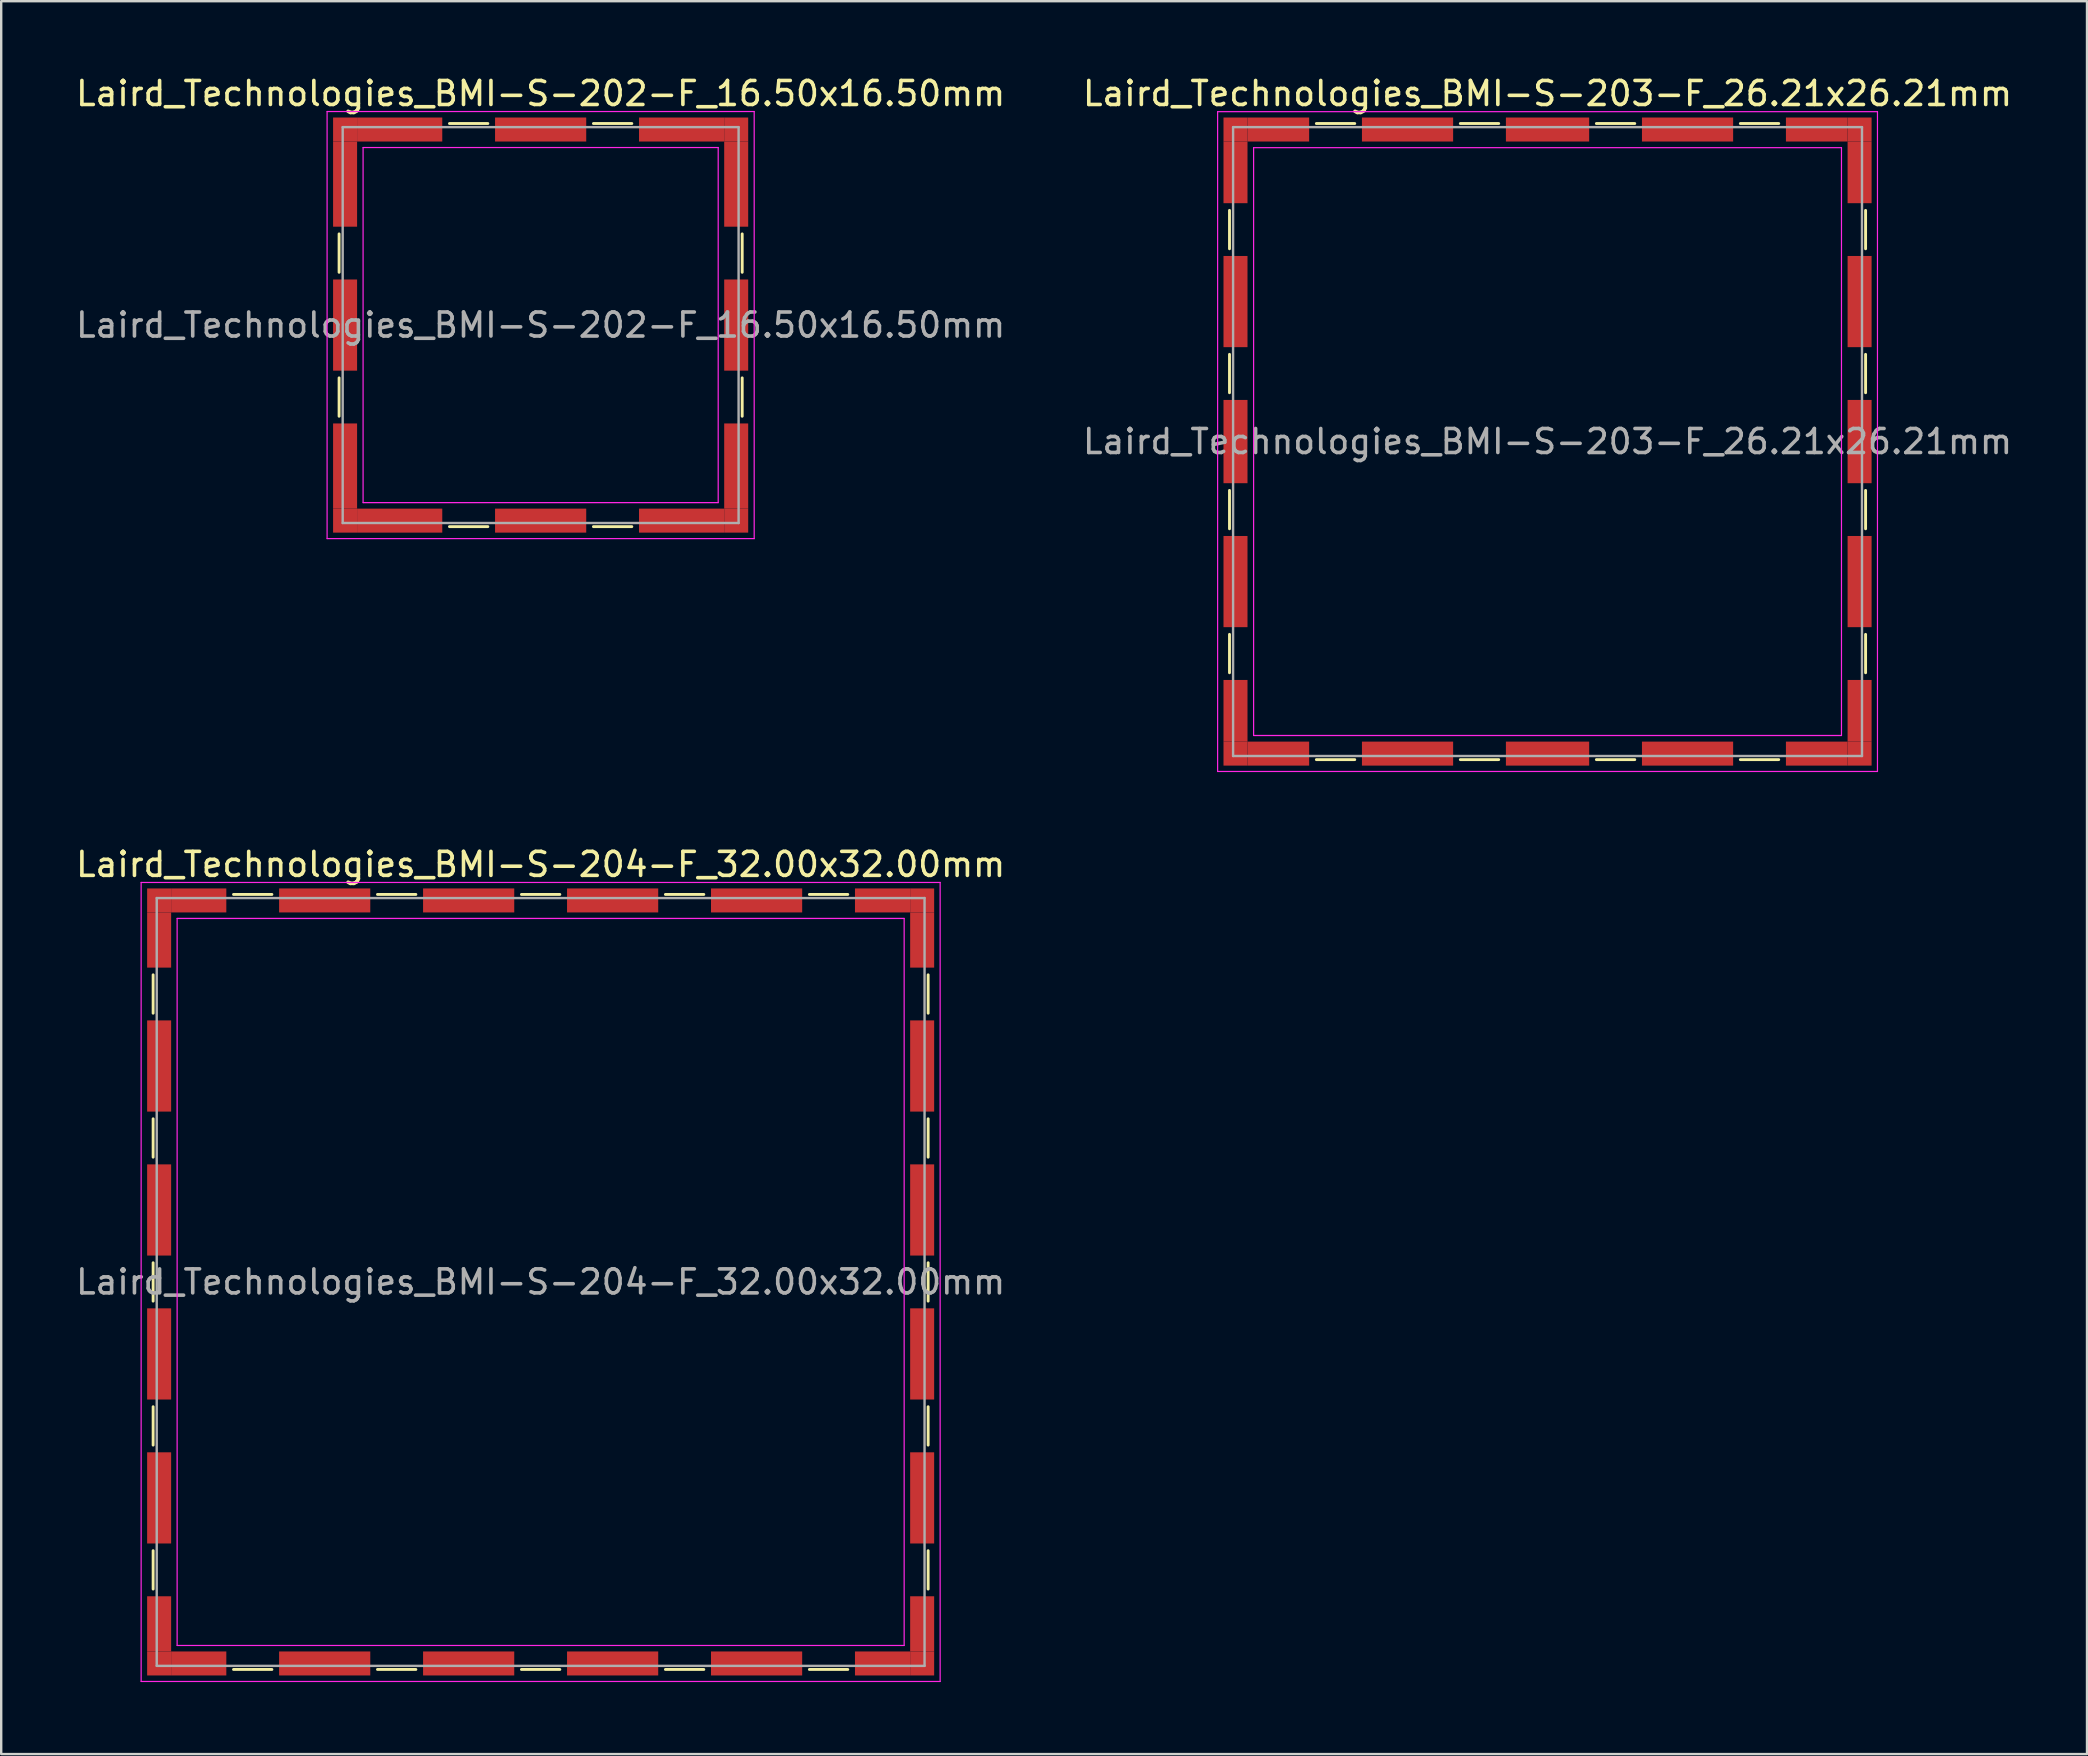
<source format=kicad_pcb>
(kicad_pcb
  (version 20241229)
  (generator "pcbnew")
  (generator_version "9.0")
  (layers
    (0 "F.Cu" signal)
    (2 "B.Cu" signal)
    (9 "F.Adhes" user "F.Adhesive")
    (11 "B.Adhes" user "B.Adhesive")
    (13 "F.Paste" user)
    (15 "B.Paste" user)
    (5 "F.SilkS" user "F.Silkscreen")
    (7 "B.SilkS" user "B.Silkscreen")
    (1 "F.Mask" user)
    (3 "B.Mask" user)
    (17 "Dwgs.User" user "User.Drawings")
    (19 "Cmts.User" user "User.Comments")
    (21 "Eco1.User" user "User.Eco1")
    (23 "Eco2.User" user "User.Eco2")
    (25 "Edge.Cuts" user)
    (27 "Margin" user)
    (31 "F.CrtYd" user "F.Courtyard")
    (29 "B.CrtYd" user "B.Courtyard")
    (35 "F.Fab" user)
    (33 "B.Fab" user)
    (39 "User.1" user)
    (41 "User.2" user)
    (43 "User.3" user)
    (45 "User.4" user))
  (footprint "Laird_Technologies_BMI-S-202-F_16.50x16.50mm"
    (layer "F.Cu")
    (at 19.482 10.498)
    (property "Reference" "Laird_Technologies_BMI-S-202-F_16.50x16.50mm" (at 0 -9.65 0) (layer "F.SilkS") (effects (font (size 1 1) (thickness 0.15))))
    (attr smd)
    (fp_line (start -8.4 -3.8) (end -8.4 -2.2) (stroke (width 0.12) (type solid)) (layer "F.SilkS"))
    (fp_line (start -8.4 2.2) (end -8.4 3.8) (stroke (width 0.12) (type solid)) (layer "F.SilkS"))
    (fp_line (start -3.8 -8.4) (end -2.2 -8.4) (stroke (width 0.12) (type solid)) (layer "F.SilkS"))
    (fp_line (start -3.8 8.4) (end -2.2 8.4) (stroke (width 0.12) (type solid)) (layer "F.SilkS"))
    (fp_line (start 2.2 -8.4) (end 3.8 -8.4) (stroke (width 0.12) (type solid)) (layer "F.SilkS"))
    (fp_line (start 2.2 8.4) (end 3.8 8.4) (stroke (width 0.12) (type solid)) (layer "F.SilkS"))
    (fp_line (start 8.4 -3.8) (end 8.4 -2.2) (stroke (width 0.12) (type solid)) (layer "F.SilkS"))
    (fp_line (start 8.4 2.2) (end 8.4 3.8) (stroke (width 0.12) (type solid)) (layer "F.SilkS"))
    (fp_line (start -8.9 -8.9) (end -8.9 8.9) (stroke (width 0.05) (type solid)) (layer "F.CrtYd"))
    (fp_line (start -8.9 8.9) (end 8.9 8.9) (stroke (width 0.05) (type solid)) (layer "F.CrtYd"))
    (fp_line (start -7.4 -7.4) (end -7.4 7.4) (stroke (width 0.05) (type solid)) (layer "F.CrtYd"))
    (fp_line (start 7.4 -7.4) (end -7.4 -7.4) (stroke (width 0.05) (type solid)) (layer "F.CrtYd"))
    (fp_line (start 7.4 -7.4) (end 7.4 7.4) (stroke (width 0.05) (type solid)) (layer "F.CrtYd"))
    (fp_line (start 7.4 7.4) (end -7.4 7.4) (stroke (width 0.05) (type solid)) (layer "F.CrtYd"))
    (fp_line (start 8.9 -8.9) (end -8.9 -8.9) (stroke (width 0.05) (type solid)) (layer "F.CrtYd"))
    (fp_line (start 8.9 8.9) (end 8.9 -8.9) (stroke (width 0.05) (type solid)) (layer "F.CrtYd"))
    (fp_line (start -8.25 -8.25) (end -8.25 8.25) (stroke (width 0.1) (type solid)) (layer "F.Fab"))
    (fp_line (start -8.25 8.25) (end 8.25 8.25) (stroke (width 0.1) (type solid)) (layer "F.Fab"))
    (fp_line (start 8.25 -8.25) (end -8.25 -8.25) (stroke (width 0.1) (type solid)) (layer "F.Fab"))
    (fp_line (start 8.25 8.25) (end 8.25 -8.25) (stroke (width 0.1) (type solid)) (layer "F.Fab"))
    (fp_text user "${REFERENCE}" (at 0 0 0) (layer "F.Fab") (effects (font (size 1 1) (thickness 0.15))))
    (pad "1" smd rect (at -8.15 -8.15) (size 1 1) (layers "F.Cu" "F.Mask" "F.Paste"))
    (pad "1" smd rect (at -8.15 -5.875) (size 1 3.55) (layers "F.Cu" "F.Mask" "F.Paste"))
    (pad "1" smd rect (at -8.15 0) (size 1 3.8) (layers "F.Cu" "F.Mask" "F.Paste"))
    (pad "1" smd rect (at -8.15 5.875) (size 1 3.55) (layers "F.Cu" "F.Mask" "F.Paste"))
    (pad "1" smd rect (at -8.15 8.15) (size 1 1) (layers "F.Cu" "F.Mask" "F.Paste"))
    (pad "1" smd rect (at -5.875 -8.15) (size 3.55 1) (layers "F.Cu" "F.Mask" "F.Paste"))
    (pad "1" smd rect (at -5.875 8.15) (size 3.55 1) (layers "F.Cu" "F.Mask" "F.Paste"))
    (pad "1" smd rect (at 0 -8.15) (size 3.8 1) (layers "F.Cu" "F.Mask" "F.Paste"))
    (pad "1" smd rect (at 0 8.15) (size 3.8 1) (layers "F.Cu" "F.Mask" "F.Paste"))
    (pad "1" smd rect (at 5.875 -8.15) (size 3.55 1) (layers "F.Cu" "F.Mask" "F.Paste"))
    (pad "1" smd rect (at 5.875 8.15) (size 3.55 1) (layers "F.Cu" "F.Mask" "F.Paste"))
    (pad "1" smd rect (at 8.15 -8.15) (size 1 1) (layers "F.Cu" "F.Mask" "F.Paste"))
    (pad "1" smd rect (at 8.15 -5.875) (size 1 3.55) (layers "F.Cu" "F.Mask" "F.Paste"))
    (pad "1" smd rect (at 8.15 0) (size 1 3.8) (layers "F.Cu" "F.Mask" "F.Paste"))
    (pad "1" smd rect (at 8.15 5.875) (size 1 3.55) (layers "F.Cu" "F.Mask" "F.Paste"))
    (pad "1" smd rect (at 8.15 8.15) (size 1 1) (layers "F.Cu" "F.Mask" "F.Paste")))
  (footprint "Laird_Technologies_BMI-S-203-F_26.21x26.21mm"
    (layer "F.Cu")
    (at 61.446 15.353)
    (property "Reference" "Laird_Technologies_BMI-S-203-F_26.21x26.21mm" (at 0 -14.505 0) (layer "F.SilkS") (effects (font (size 1 1) (thickness 0.15))))
    (attr smd)
    (fp_line (start -13.255 -9.635) (end -13.255 -8.035) (stroke (width 0.12) (type solid)) (layer "F.SilkS"))
    (fp_line (start -13.255 -3.635) (end -13.255 -2.035) (stroke (width 0.12) (type solid)) (layer "F.SilkS"))
    (fp_line (start -13.255 2.035) (end -13.255 3.635) (stroke (width 0.12) (type solid)) (layer "F.SilkS"))
    (fp_line (start -13.255 8.035) (end -13.255 9.635) (stroke (width 0.12) (type solid)) (layer "F.SilkS"))
    (fp_line (start -9.635 -13.255) (end -8.035 -13.255) (stroke (width 0.12) (type solid)) (layer "F.SilkS"))
    (fp_line (start -9.635 13.255) (end -8.035 13.255) (stroke (width 0.12) (type solid)) (layer "F.SilkS"))
    (fp_line (start -3.635 -13.255) (end -2.035 -13.255) (stroke (width 0.12) (type solid)) (layer "F.SilkS"))
    (fp_line (start -3.635 13.255) (end -2.035 13.255) (stroke (width 0.12) (type solid)) (layer "F.SilkS"))
    (fp_line (start 2.035 -13.255) (end 3.635 -13.255) (stroke (width 0.12) (type solid)) (layer "F.SilkS"))
    (fp_line (start 2.035 13.255) (end 3.635 13.255) (stroke (width 0.12) (type solid)) (layer "F.SilkS"))
    (fp_line (start 8.035 -13.255) (end 9.635 -13.255) (stroke (width 0.12) (type solid)) (layer "F.SilkS"))
    (fp_line (start 8.035 13.255) (end 9.635 13.255) (stroke (width 0.12) (type solid)) (layer "F.SilkS"))
    (fp_line (start 13.255 -9.635) (end 13.255 -8.035) (stroke (width 0.12) (type solid)) (layer "F.SilkS"))
    (fp_line (start 13.255 -3.635) (end 13.255 -2.035) (stroke (width 0.12) (type solid)) (layer "F.SilkS"))
    (fp_line (start 13.255 2.035) (end 13.255 3.635) (stroke (width 0.12) (type solid)) (layer "F.SilkS"))
    (fp_line (start 13.255 8.035) (end 13.255 9.635) (stroke (width 0.12) (type solid)) (layer "F.SilkS"))
    (fp_line (start -13.75 -13.75) (end -13.75 13.75) (stroke (width 0.05) (type solid)) (layer "F.CrtYd"))
    (fp_line (start -13.75 13.75) (end 13.75 13.75) (stroke (width 0.05) (type solid)) (layer "F.CrtYd"))
    (fp_line (start -12.25 -12.25) (end -12.25 12.25) (stroke (width 0.05) (type solid)) (layer "F.CrtYd"))
    (fp_line (start 12.25 -12.25) (end -12.25 -12.25) (stroke (width 0.05) (type solid)) (layer "F.CrtYd"))
    (fp_line (start 12.25 -12.25) (end 12.25 12.25) (stroke (width 0.05) (type solid)) (layer "F.CrtYd"))
    (fp_line (start 12.25 12.25) (end -12.25 12.25) (stroke (width 0.05) (type solid)) (layer "F.CrtYd"))
    (fp_line (start 13.75 -13.75) (end -13.75 -13.75) (stroke (width 0.05) (type solid)) (layer "F.CrtYd"))
    (fp_line (start 13.75 13.75) (end 13.75 -13.75) (stroke (width 0.05) (type solid)) (layer "F.CrtYd"))
    (fp_line (start -13.105 -13.105) (end -13.105 13.105) (stroke (width 0.1) (type solid)) (layer "F.Fab"))
    (fp_line (start -13.105 13.105) (end 13.105 13.105) (stroke (width 0.1) (type solid)) (layer "F.Fab"))
    (fp_line (start 13.105 -13.105) (end -13.105 -13.105) (stroke (width 0.1) (type solid)) (layer "F.Fab"))
    (fp_line (start 13.105 13.105) (end 13.105 -13.105) (stroke (width 0.1) (type solid)) (layer "F.Fab"))
    (fp_text user "${REFERENCE}" (at 0 0 0) (layer "F.Fab") (effects (font (size 1 1) (thickness 0.15))))
    (pad "1" smd rect (at -13.005 -13.005) (size 1 1) (layers "F.Cu" "F.Mask" "F.Paste"))
    (pad "1" smd rect (at -13.005 -11.22) (size 1 2.57) (layers "F.Cu" "F.Mask" "F.Paste"))
    (pad "1" smd rect (at -13.005 -5.835) (size 1 3.8) (layers "F.Cu" "F.Mask" "F.Paste"))
    (pad "1" smd rect (at -13.005 0) (size 1 3.47) (layers "F.Cu" "F.Mask" "F.Paste"))
    (pad "1" smd rect (at -13.005 5.835) (size 1 3.8) (layers "F.Cu" "F.Mask" "F.Paste"))
    (pad "1" smd rect (at -13.005 11.22) (size 1 2.57) (layers "F.Cu" "F.Mask" "F.Paste"))
    (pad "1" smd rect (at -13.005 13.005) (size 1 1) (layers "F.Cu" "F.Mask" "F.Paste"))
    (pad "1" smd rect (at -11.22 -13.005) (size 2.57 1) (layers "F.Cu" "F.Mask" "F.Paste"))
    (pad "1" smd rect (at -11.22 13.005) (size 2.57 1) (layers "F.Cu" "F.Mask" "F.Paste"))
    (pad "1" smd rect (at -5.835 -13.005) (size 3.8 1) (layers "F.Cu" "F.Mask" "F.Paste"))
    (pad "1" smd rect (at -5.835 13.005) (size 3.8 1) (layers "F.Cu" "F.Mask" "F.Paste"))
    (pad "1" smd rect (at 0 -13.005) (size 3.47 1) (layers "F.Cu" "F.Mask" "F.Paste"))
    (pad "1" smd rect (at 0 13.005) (size 3.47 1) (layers "F.Cu" "F.Mask" "F.Paste"))
    (pad "1" smd rect (at 5.835 -13.005) (size 3.8 1) (layers "F.Cu" "F.Mask" "F.Paste"))
    (pad "1" smd rect (at 5.835 13.005) (size 3.8 1) (layers "F.Cu" "F.Mask" "F.Paste"))
    (pad "1" smd rect (at 11.22 -13.005) (size 2.57 1) (layers "F.Cu" "F.Mask" "F.Paste"))
    (pad "1" smd rect (at 11.22 13.005) (size 2.57 1) (layers "F.Cu" "F.Mask" "F.Paste"))
    (pad "1" smd rect (at 13.005 -13.005) (size 1 1) (layers "F.Cu" "F.Mask" "F.Paste"))
    (pad "1" smd rect (at 13.005 -11.22) (size 1 2.57) (layers "F.Cu" "F.Mask" "F.Paste"))
    (pad "1" smd rect (at 13.005 -5.835) (size 1 3.8) (layers "F.Cu" "F.Mask" "F.Paste"))
    (pad "1" smd rect (at 13.005 0) (size 1 3.47) (layers "F.Cu" "F.Mask" "F.Paste"))
    (pad "1" smd rect (at 13.005 5.835) (size 1 3.8) (layers "F.Cu" "F.Mask" "F.Paste"))
    (pad "1" smd rect (at 13.005 11.22) (size 1 2.57) (layers "F.Cu" "F.Mask" "F.Paste"))
    (pad "1" smd rect (at 13.005 13.005) (size 1 1) (layers "F.Cu" "F.Mask" "F.Paste")))
  (footprint "Laird_Technologies_BMI-S-204-F_32.00x32.00mm"
    (layer "F.Cu")
    (at 19.482 50.377)
    (property "Reference" "Laird_Technologies_BMI-S-204-F_32.00x32.00mm" (at 0 -17.4 0) (layer "F.SilkS") (effects (font (size 1 1) (thickness 0.15))))
    (attr smd)
    (fp_line (start -16.15 -12.8) (end -16.15 -11.2) (stroke (width 0.12) (type solid)) (layer "F.SilkS"))
    (fp_line (start -16.15 -6.8) (end -16.15 -5.2) (stroke (width 0.12) (type solid)) (layer "F.SilkS"))
    (fp_line (start -16.15 -0.8) (end -16.15 0.8) (stroke (width 0.12) (type solid)) (layer "F.SilkS"))
    (fp_line (start -16.15 5.2) (end -16.15 6.8) (stroke (width 0.12) (type solid)) (layer "F.SilkS"))
    (fp_line (start -16.15 11.2) (end -16.15 12.8) (stroke (width 0.12) (type solid)) (layer "F.SilkS"))
    (fp_line (start -12.8 -16.15) (end -11.2 -16.15) (stroke (width 0.12) (type solid)) (layer "F.SilkS"))
    (fp_line (start -12.8 16.15) (end -11.2 16.15) (stroke (width 0.12) (type solid)) (layer "F.SilkS"))
    (fp_line (start -6.8 -16.15) (end -5.2 -16.15) (stroke (width 0.12) (type solid)) (layer "F.SilkS"))
    (fp_line (start -6.8 16.15) (end -5.2 16.15) (stroke (width 0.12) (type solid)) (layer "F.SilkS"))
    (fp_line (start -0.8 -16.15) (end 0.8 -16.15) (stroke (width 0.12) (type solid)) (layer "F.SilkS"))
    (fp_line (start -0.8 16.15) (end 0.8 16.15) (stroke (width 0.12) (type solid)) (layer "F.SilkS"))
    (fp_line (start 5.2 -16.15) (end 6.8 -16.15) (stroke (width 0.12) (type solid)) (layer "F.SilkS"))
    (fp_line (start 5.2 16.15) (end 6.8 16.15) (stroke (width 0.12) (type solid)) (layer "F.SilkS"))
    (fp_line (start 11.2 -16.15) (end 12.8 -16.15) (stroke (width 0.12) (type solid)) (layer "F.SilkS"))
    (fp_line (start 11.2 16.15) (end 12.8 16.15) (stroke (width 0.12) (type solid)) (layer "F.SilkS"))
    (fp_line (start 16.15 -12.8) (end 16.15 -11.2) (stroke (width 0.12) (type solid)) (layer "F.SilkS"))
    (fp_line (start 16.15 -6.8) (end 16.15 -5.2) (stroke (width 0.12) (type solid)) (layer "F.SilkS"))
    (fp_line (start 16.15 -0.8) (end 16.15 0.8) (stroke (width 0.12) (type solid)) (layer "F.SilkS"))
    (fp_line (start 16.15 5.2) (end 16.15 6.8) (stroke (width 0.12) (type solid)) (layer "F.SilkS"))
    (fp_line (start 16.15 11.2) (end 16.15 12.8) (stroke (width 0.12) (type solid)) (layer "F.SilkS"))
    (fp_line (start -16.65 -16.65) (end -16.65 16.65) (stroke (width 0.05) (type solid)) (layer "F.CrtYd"))
    (fp_line (start -16.65 16.65) (end 16.65 16.65) (stroke (width 0.05) (type solid)) (layer "F.CrtYd"))
    (fp_line (start -15.15 -15.15) (end -15.15 15.15) (stroke (width 0.05) (type solid)) (layer "F.CrtYd"))
    (fp_line (start 15.15 -15.15) (end -15.15 -15.15) (stroke (width 0.05) (type solid)) (layer "F.CrtYd"))
    (fp_line (start 15.15 -15.15) (end 15.15 15.15) (stroke (width 0.05) (type solid)) (layer "F.CrtYd"))
    (fp_line (start 15.15 15.15) (end -15.15 15.15) (stroke (width 0.05) (type solid)) (layer "F.CrtYd"))
    (fp_line (start 16.65 -16.65) (end -16.65 -16.65) (stroke (width 0.05) (type solid)) (layer "F.CrtYd"))
    (fp_line (start 16.65 16.65) (end 16.65 -16.65) (stroke (width 0.05) (type solid)) (layer "F.CrtYd"))
    (fp_line (start -16 -16) (end -16 16) (stroke (width 0.1) (type solid)) (layer "F.Fab"))
    (fp_line (start -16 16) (end 16 16) (stroke (width 0.1) (type solid)) (layer "F.Fab"))
    (fp_line (start 16 -16) (end -16 -16) (stroke (width 0.1) (type solid)) (layer "F.Fab"))
    (fp_line (start 16 16) (end 16 -16) (stroke (width 0.1) (type solid)) (layer "F.Fab"))
    (fp_text user "${REFERENCE}" (at 0 0 0) (layer "F.Fab") (effects (font (size 1 1) (thickness 0.15))))
    (pad "1" smd rect (at -15.9 -15.9) (size 1 1) (layers "F.Cu" "F.Mask" "F.Paste"))
    (pad "1" smd rect (at -15.9 -14.25) (size 1 2.3) (layers "F.Cu" "F.Mask" "F.Paste"))
    (pad "1" smd rect (at -15.9 -9) (size 1 3.8) (layers "F.Cu" "F.Mask" "F.Paste"))
    (pad "1" smd rect (at -15.9 -3) (size 1 3.8) (layers "F.Cu" "F.Mask" "F.Paste"))
    (pad "1" smd rect (at -15.9 3) (size 1 3.8) (layers "F.Cu" "F.Mask" "F.Paste"))
    (pad "1" smd rect (at -15.9 9) (size 1 3.8) (layers "F.Cu" "F.Mask" "F.Paste"))
    (pad "1" smd rect (at -15.9 14.25) (size 1 2.3) (layers "F.Cu" "F.Mask" "F.Paste"))
    (pad "1" smd rect (at -15.9 15.9) (size 1 1) (layers "F.Cu" "F.Mask" "F.Paste"))
    (pad "1" smd rect (at -14.25 -15.9) (size 2.3 1) (layers "F.Cu" "F.Mask" "F.Paste"))
    (pad "1" smd rect (at -14.25 15.9) (size 2.3 1) (layers "F.Cu" "F.Mask" "F.Paste"))
    (pad "1" smd rect (at -9 -15.9) (size 3.8 1) (layers "F.Cu" "F.Mask" "F.Paste"))
    (pad "1" smd rect (at -9 15.9) (size 3.8 1) (layers "F.Cu" "F.Mask" "F.Paste"))
    (pad "1" smd rect (at -3 -15.9) (size 3.8 1) (layers "F.Cu" "F.Mask" "F.Paste"))
    (pad "1" smd rect (at -3 15.9) (size 3.8 1) (layers "F.Cu" "F.Mask" "F.Paste"))
    (pad "1" smd rect (at 3 -15.9) (size 3.8 1) (layers "F.Cu" "F.Mask" "F.Paste"))
    (pad "1" smd rect (at 3 15.9) (size 3.8 1) (layers "F.Cu" "F.Mask" "F.Paste"))
    (pad "1" smd rect (at 9 -15.9) (size 3.8 1) (layers "F.Cu" "F.Mask" "F.Paste"))
    (pad "1" smd rect (at 9 15.9) (size 3.8 1) (layers "F.Cu" "F.Mask" "F.Paste"))
    (pad "1" smd rect (at 14.25 -15.9) (size 2.3 1) (layers "F.Cu" "F.Mask" "F.Paste"))
    (pad "1" smd rect (at 14.25 15.9) (size 2.3 1) (layers "F.Cu" "F.Mask" "F.Paste"))
    (pad "1" smd rect (at 15.9 -15.9) (size 1 1) (layers "F.Cu" "F.Mask" "F.Paste"))
    (pad "1" smd rect (at 15.9 -14.25) (size 1 2.3) (layers "F.Cu" "F.Mask" "F.Paste"))
    (pad "1" smd rect (at 15.9 -9) (size 1 3.8) (layers "F.Cu" "F.Mask" "F.Paste"))
    (pad "1" smd rect (at 15.9 -3) (size 1 3.8) (layers "F.Cu" "F.Mask" "F.Paste"))
    (pad "1" smd rect (at 15.9 3) (size 1 3.8) (layers "F.Cu" "F.Mask" "F.Paste"))
    (pad "1" smd rect (at 15.9 9) (size 1 3.8) (layers "F.Cu" "F.Mask" "F.Paste"))
    (pad "1" smd rect (at 15.9 14.25) (size 1 2.3) (layers "F.Cu" "F.Mask" "F.Paste"))
    (pad "1" smd rect (at 15.9 15.9) (size 1 1) (layers "F.Cu" "F.Mask" "F.Paste")))
  (gr_rect
    (start -3 -3)
    (end 83.929 70.052)
    (stroke (width 0.1) (type default))
    (fill no)
    (layer "Edge.Cuts")))
</source>
